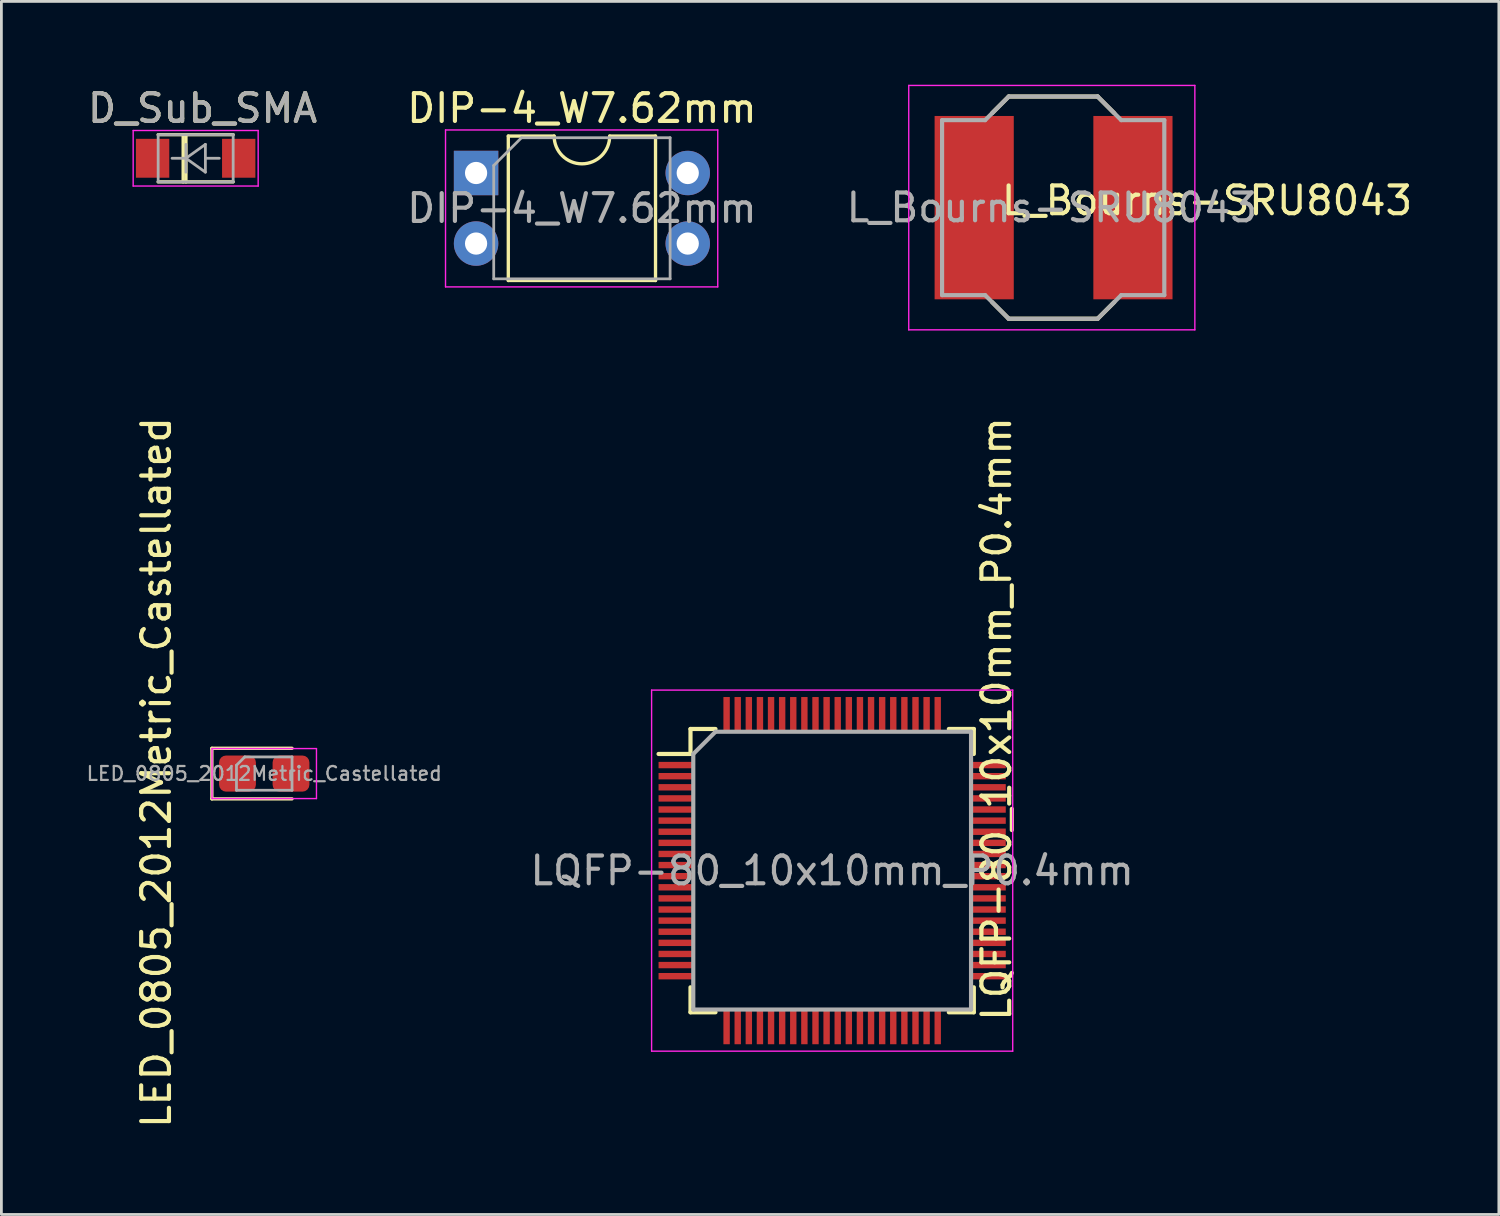
<source format=kicad_pcb>
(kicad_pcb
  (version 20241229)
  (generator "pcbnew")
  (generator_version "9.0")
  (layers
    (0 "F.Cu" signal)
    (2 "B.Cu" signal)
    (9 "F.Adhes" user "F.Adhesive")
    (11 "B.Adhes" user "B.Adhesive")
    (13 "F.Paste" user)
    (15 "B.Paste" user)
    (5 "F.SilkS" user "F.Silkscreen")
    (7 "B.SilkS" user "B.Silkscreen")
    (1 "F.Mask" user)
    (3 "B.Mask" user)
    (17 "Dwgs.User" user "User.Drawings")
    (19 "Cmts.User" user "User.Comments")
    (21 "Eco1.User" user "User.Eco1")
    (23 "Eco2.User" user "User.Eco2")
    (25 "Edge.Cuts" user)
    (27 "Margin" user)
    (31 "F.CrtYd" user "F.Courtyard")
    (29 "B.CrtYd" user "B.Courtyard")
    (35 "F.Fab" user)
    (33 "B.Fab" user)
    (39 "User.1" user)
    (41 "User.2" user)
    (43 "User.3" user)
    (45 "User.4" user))
  (footprint "LED_0805_2012Metric_Castellated"
    (layer "F.Cu")
    (at 6.463 24.799)
    (property "Reference" "LED_0805_2012Metric_Castellated" (at -3.886 -0.038 90) (layer "F.SilkS") (effects (font (size 1 1) (thickness 0.15))))
    (attr smd)
    (fp_line (start -1.885 -0.91) (end -1.885 0.91) (stroke (width 0.12) (type solid)) (layer "F.SilkS"))
    (fp_line (start -1.885 0.91) (end 1 0.91) (stroke (width 0.12) (type solid)) (layer "F.SilkS"))
    (fp_line (start 1 -0.91) (end -1.885 -0.91) (stroke (width 0.12) (type solid)) (layer "F.SilkS"))
    (fp_line (start -1.88 -0.9) (end 1.88 -0.9) (stroke (width 0.05) (type solid)) (layer "F.CrtYd"))
    (fp_line (start -1.88 0.9) (end -1.88 -0.9) (stroke (width 0.05) (type solid)) (layer "F.CrtYd"))
    (fp_line (start 1.88 -0.9) (end 1.88 0.9) (stroke (width 0.05) (type solid)) (layer "F.CrtYd"))
    (fp_line (start 1.88 0.9) (end -1.88 0.9) (stroke (width 0.05) (type solid)) (layer "F.CrtYd"))
    (fp_line (start -1 -0.3) (end -1 0.6) (stroke (width 0.1) (type solid)) (layer "F.Fab"))
    (fp_line (start -1 0.6) (end 1 0.6) (stroke (width 0.1) (type solid)) (layer "F.Fab"))
    (fp_line (start -0.7 -0.6) (end -1 -0.3) (stroke (width 0.1) (type solid)) (layer "F.Fab"))
    (fp_line (start 1 -0.6) (end -0.7 -0.6) (stroke (width 0.1) (type solid)) (layer "F.Fab"))
    (fp_line (start 1 0.6) (end 1 -0.6) (stroke (width 0.1) (type solid)) (layer "F.Fab"))
    (fp_text user "${REFERENCE}" (at 0 0 0) (layer "F.Fab") (effects (font (size 0.5 0.5) (thickness 0.08))))
    (pad "1" smd roundrect (at -0.963 0) (size 1.325 1.3) (layers "F.Cu" "F.Mask" "F.Paste") (roundrect_rratio 0.192))
    (pad "2" smd roundrect (at 0.963 0) (size 1.325 1.3) (layers "F.Cu" "F.Mask" "F.Paste") (roundrect_rratio 0.192)))
  (footprint "D_Sub_SMA"
    (layer "F.Cu")
    (at 4.444 2.648)
    (property "Reference" "D_Sub_SMA" (at -0.2 -1.8 0) (layer "F.SilkS") (effects (font (size 1 1) (thickness 0.15))))
    (attr smd)
    (fp_line (start -1.8 -0.85) (end 0.9 -0.85) (stroke (width 0.12) (type solid)) (layer "F.SilkS"))
    (fp_line (start -1.8 0.85) (end 0.9 0.85) (stroke (width 0.12) (type solid)) (layer "F.SilkS"))
    (fp_line (start -0.9 -0.85) (end -0.9 0.85) (stroke (width 0.12) (type solid)) (layer "F.SilkS"))
    (fp_line (start -0.8 -0.85) (end -0.8 0.85) (stroke (width 0.12) (type solid)) (layer "F.SilkS"))
    (fp_line (start -2.7 -1) (end 1.8 -1) (stroke (width 0.05) (type solid)) (layer "F.CrtYd"))
    (fp_line (start -2.7 1) (end -2.7 -1) (stroke (width 0.05) (type solid)) (layer "F.CrtYd"))
    (fp_line (start -2.7 1) (end 1.8 1) (stroke (width 0.05) (type solid)) (layer "F.CrtYd"))
    (fp_line (start 1.8 1) (end 1.8 -1) (stroke (width 0.05) (type solid)) (layer "F.CrtYd"))
    (fp_line (start -1.8 -0.85) (end 0.9 -0.85) (stroke (width 0.1) (type solid)) (layer "F.Fab"))
    (fp_line (start -1.8 0.85) (end -1.8 -0.85) (stroke (width 0.1) (type solid)) (layer "F.Fab"))
    (fp_line (start -0.8 -0.5) (end -0.8 0.5) (stroke (width 0.1) (type solid)) (layer "F.Fab"))
    (fp_line (start -0.8 0) (end -1.3 0) (stroke (width 0.1) (type solid)) (layer "F.Fab"))
    (fp_line (start -0.8 0) (end -0.1 -0.5) (stroke (width 0.1) (type solid)) (layer "F.Fab"))
    (fp_line (start -0.8 0) (end -0.1 0.5) (stroke (width 0.1) (type solid)) (layer "F.Fab"))
    (fp_line (start -0.1 -0.5) (end -0.1 0.5) (stroke (width 0.1) (type solid)) (layer "F.Fab"))
    (fp_line (start -0.1 0) (end 0.4 0) (stroke (width 0.1) (type solid)) (layer "F.Fab"))
    (fp_line (start 0.9 -0.85) (end 0.9 0.85) (stroke (width 0.1) (type solid)) (layer "F.Fab"))
    (fp_line (start 0.9 0.85) (end -1.8 0.85) (stroke (width 0.1) (type solid)) (layer "F.Fab"))
    (fp_text user "${REFERENCE}" (at -0.2 -1.8 0) (layer "F.Fab") (effects (font (size 1 1) (thickness 0.15))))
    (pad "1" smd rect (at -2 0) (size 1.2 1.4) (layers "F.Cu" "F.Mask" "F.Paste"))
    (pad "2" smd rect (at 1.1 0) (size 1.2 1.4) (layers "F.Cu" "F.Mask" "F.Paste")))
  (footprint "L_Bourns-SRU8043"
    (layer "F.Cu")
    (at 34.815 4.425)
    (property "Reference" "L_Bourns-SRU8043" (at 5.588 -0.254 180) (layer "F.SilkS") (effects (font (size 1 1) (thickness 0.15))))
    (attr smd)
    (fp_line (start -1.55 -4) (end -2.15 -3.4) (stroke (width 0.15) (type solid)) (layer "F.SilkS"))
    (fp_line (start -1.55 -4) (end 1.65 -4) (stroke (width 0.15) (type solid)) (layer "F.SilkS"))
    (fp_line (start -1.55 4) (end -2.15 3.4) (stroke (width 0.15) (type solid)) (layer "F.SilkS"))
    (fp_line (start 1.65 -4) (end 2.25 -3.4) (stroke (width 0.15) (type solid)) (layer "F.SilkS"))
    (fp_line (start 1.65 4) (end -1.55 4) (stroke (width 0.15) (type solid)) (layer "F.SilkS"))
    (fp_line (start 1.65 4) (end 2.25 3.4) (stroke (width 0.15) (type solid)) (layer "F.SilkS"))
    (fp_line (start -5.15 -4.4) (end 5.15 -4.4) (stroke (width 0.05) (type solid)) (layer "F.CrtYd"))
    (fp_line (start -5.15 4.4) (end -5.15 -4.4) (stroke (width 0.05) (type solid)) (layer "F.CrtYd"))
    (fp_line (start 5.15 -4.4) (end 5.15 4.4) (stroke (width 0.05) (type solid)) (layer "F.CrtYd"))
    (fp_line (start 5.15 4.4) (end -5.15 4.4) (stroke (width 0.05) (type solid)) (layer "F.CrtYd"))
    (fp_line (start -3.95 3.15) (end -3.95 -3.15) (stroke (width 0.15) (type solid)) (layer "F.Fab"))
    (fp_line (start -3.95 3.15) (end -2.4 3.15) (stroke (width 0.15) (type solid)) (layer "F.Fab"))
    (fp_line (start -2.4 -3.15) (end -3.95 -3.15) (stroke (width 0.15) (type solid)) (layer "F.Fab"))
    (fp_line (start -1.55 -4) (end -2.4 -3.15) (stroke (width 0.15) (type solid)) (layer "F.Fab"))
    (fp_line (start -1.55 -4) (end 1.65 -4) (stroke (width 0.15) (type solid)) (layer "F.Fab"))
    (fp_line (start -1.55 4) (end -2.4 3.15) (stroke (width 0.15) (type solid)) (layer "F.Fab"))
    (fp_line (start -1.55 4) (end 1.65 4) (stroke (width 0.15) (type solid)) (layer "F.Fab"))
    (fp_line (start 1.65 -4) (end 2.5 -3.15) (stroke (width 0.15) (type solid)) (layer "F.Fab"))
    (fp_line (start 1.65 4) (end 2.5 3.15) (stroke (width 0.15) (type solid)) (layer "F.Fab"))
    (fp_line (start 2.5 3.15) (end 4.05 3.15) (stroke (width 0.15) (type solid)) (layer "F.Fab"))
    (fp_line (start 4.05 -3.15) (end 2.5 -3.15) (stroke (width 0.15) (type solid)) (layer "F.Fab"))
    (fp_line (start 4.05 -3.15) (end 4.05 3.15) (stroke (width 0.15) (type solid)) (layer "F.Fab"))
    (fp_text user "${REFERENCE}" (at 0 0 0) (layer "F.Fab") (effects (font (size 1 1) (thickness 0.15))))
    (pad "1" smd rect (at -2.794 0) (size 2.85 6.6) (layers "F.Cu" "F.Mask" "F.Paste"))
    (pad "2" smd rect (at 2.921 0) (size 2.85 6.6) (layers "F.Cu" "F.Mask" "F.Paste")))
  (footprint "LQFP-80_10x10mm_P0.4mm"
    (layer "F.Cu")
    (at 26.908 28.293)
    (property "Reference" "LQFP-80_10x10mm_P0.4mm" (at 5.918 -5.461 90) (layer "F.SilkS") (effects (font (size 1 1) (thickness 0.15))))
    (attr smd)
    (fp_line (start -6.25 -4.2) (end -5.1 -4.2) (stroke (width 0.15) (type solid)) (layer "F.SilkS"))
    (fp_line (start -5.1 -5.1) (end -4.2 -5.1) (stroke (width 0.15) (type solid)) (layer "F.SilkS"))
    (fp_line (start -5.1 -4.2) (end -5.1 -5.1) (stroke (width 0.15) (type solid)) (layer "F.SilkS"))
    (fp_line (start -5.1 5.1) (end -5.1 4.2) (stroke (width 0.15) (type solid)) (layer "F.SilkS"))
    (fp_line (start -4.2 5.1) (end -5.1 5.1) (stroke (width 0.15) (type solid)) (layer "F.SilkS"))
    (fp_line (start 4.2 -5.1) (end 5.1 -5.1) (stroke (width 0.15) (type solid)) (layer "F.SilkS"))
    (fp_line (start 4.2 5.1) (end 5.1 5.1) (stroke (width 0.15) (type solid)) (layer "F.SilkS"))
    (fp_line (start 5.1 -5.1) (end 5.1 -4.2) (stroke (width 0.15) (type solid)) (layer "F.SilkS"))
    (fp_line (start 5.1 5.1) (end 5.1 4.2) (stroke (width 0.15) (type solid)) (layer "F.SilkS"))
    (fp_line (start -6.5 -6.5) (end 6.5 -6.5) (stroke (width 0.05) (type solid)) (layer "F.CrtYd"))
    (fp_line (start -6.5 6.5) (end -6.5 -6.5) (stroke (width 0.05) (type solid)) (layer "F.CrtYd"))
    (fp_line (start 6.5 -6.5) (end 6.5 6.5) (stroke (width 0.05) (type solid)) (layer "F.CrtYd"))
    (fp_line (start 6.5 6.5) (end -6.5 6.5) (stroke (width 0.05) (type solid)) (layer "F.CrtYd"))
    (fp_line (start -5 -4.2) (end -4.2 -5) (stroke (width 0.15) (type solid)) (layer "F.Fab"))
    (fp_line (start -5 5) (end -5 -4.2) (stroke (width 0.15) (type solid)) (layer "F.Fab"))
    (fp_line (start -4.2 -5) (end 5 -5) (stroke (width 0.15) (type solid)) (layer "F.Fab"))
    (fp_line (start 5 -5) (end 5 5) (stroke (width 0.15) (type solid)) (layer "F.Fab"))
    (fp_line (start 5 5) (end -5 5) (stroke (width 0.15) (type solid)) (layer "F.Fab"))
    (fp_text user "${REFERENCE}" (at 0 0 0) (layer "F.Fab") (effects (font (size 1 1) (thickness 0.15))))
    (pad "1" smd rect (at -5.65 -3.8 90) (size 0.23 1.2) (layers "F.Cu" "F.Mask" "F.Paste"))
    (pad "2" smd rect (at -5.65 -3.4 90) (size 0.23 1.2) (layers "F.Cu" "F.Mask" "F.Paste"))
    (pad "3" smd rect (at -5.65 -3 90) (size 0.23 1.2) (layers "F.Cu" "F.Mask" "F.Paste"))
    (pad "4" smd rect (at -5.65 -2.6 90) (size 0.23 1.2) (layers "F.Cu" "F.Mask" "F.Paste"))
    (pad "5" smd rect (at -5.65 -2.2 90) (size 0.23 1.2) (layers "F.Cu" "F.Mask" "F.Paste"))
    (pad "6" smd rect (at -5.65 -1.8 90) (size 0.23 1.2) (layers "F.Cu" "F.Mask" "F.Paste"))
    (pad "7" smd rect (at -5.65 -1.4 90) (size 0.23 1.2) (layers "F.Cu" "F.Mask" "F.Paste"))
    (pad "8" smd rect (at -5.65 -1 90) (size 0.23 1.2) (layers "F.Cu" "F.Mask" "F.Paste"))
    (pad "9" smd rect (at -5.65 -0.6 90) (size 0.23 1.2) (layers "F.Cu" "F.Mask" "F.Paste"))
    (pad "10" smd rect (at -5.65 -0.2 90) (size 0.23 1.2) (layers "F.Cu" "F.Mask" "F.Paste"))
    (pad "11" smd rect (at -5.65 0.2 90) (size 0.23 1.2) (layers "F.Cu" "F.Mask" "F.Paste"))
    (pad "12" smd rect (at -5.65 0.6 90) (size 0.23 1.2) (layers "F.Cu" "F.Mask" "F.Paste"))
    (pad "13" smd rect (at -5.65 1 90) (size 0.23 1.2) (layers "F.Cu" "F.Mask" "F.Paste"))
    (pad "14" smd rect (at -5.65 1.4 90) (size 0.23 1.2) (layers "F.Cu" "F.Mask" "F.Paste"))
    (pad "15" smd rect (at -5.65 1.8 90) (size 0.23 1.2) (layers "F.Cu" "F.Mask" "F.Paste"))
    (pad "16" smd rect (at -5.65 2.2 90) (size 0.23 1.2) (layers "F.Cu" "F.Mask" "F.Paste"))
    (pad "17" smd rect (at -5.65 2.6 90) (size 0.23 1.2) (layers "F.Cu" "F.Mask" "F.Paste"))
    (pad "18" smd rect (at -5.65 3 90) (size 0.23 1.2) (layers "F.Cu" "F.Mask" "F.Paste"))
    (pad "19" smd rect (at -5.65 3.4 90) (size 0.23 1.2) (layers "F.Cu" "F.Mask" "F.Paste"))
    (pad "20" smd rect (at -5.65 3.8 90) (size 0.23 1.2) (layers "F.Cu" "F.Mask" "F.Paste"))
    (pad "21" smd rect (at -3.8 5.65) (size 0.23 1.2) (layers "F.Cu" "F.Mask" "F.Paste"))
    (pad "22" smd rect (at -3.4 5.65) (size 0.23 1.2) (layers "F.Cu" "F.Mask" "F.Paste"))
    (pad "23" smd rect (at -3 5.65) (size 0.23 1.2) (layers "F.Cu" "F.Mask" "F.Paste"))
    (pad "24" smd rect (at -2.6 5.65) (size 0.23 1.2) (layers "F.Cu" "F.Mask" "F.Paste"))
    (pad "25" smd rect (at -2.2 5.65) (size 0.23 1.2) (layers "F.Cu" "F.Mask" "F.Paste"))
    (pad "26" smd rect (at -1.8 5.65) (size 0.23 1.2) (layers "F.Cu" "F.Mask" "F.Paste"))
    (pad "27" smd rect (at -1.4 5.65) (size 0.23 1.2) (layers "F.Cu" "F.Mask" "F.Paste"))
    (pad "28" smd rect (at -1 5.65) (size 0.23 1.2) (layers "F.Cu" "F.Mask" "F.Paste"))
    (pad "29" smd rect (at -0.6 5.65) (size 0.23 1.2) (layers "F.Cu" "F.Mask" "F.Paste"))
    (pad "30" smd rect (at -0.2 5.65) (size 0.23 1.2) (layers "F.Cu" "F.Mask" "F.Paste"))
    (pad "31" smd rect (at 0.2 5.65) (size 0.23 1.2) (layers "F.Cu" "F.Mask" "F.Paste"))
    (pad "32" smd rect (at 0.6 5.65) (size 0.23 1.2) (layers "F.Cu" "F.Mask" "F.Paste"))
    (pad "33" smd rect (at 1 5.65) (size 0.23 1.2) (layers "F.Cu" "F.Mask" "F.Paste"))
    (pad "34" smd rect (at 1.4 5.65) (size 0.23 1.2) (layers "F.Cu" "F.Mask" "F.Paste"))
    (pad "35" smd rect (at 1.8 5.65) (size 0.23 1.2) (layers "F.Cu" "F.Mask" "F.Paste"))
    (pad "36" smd rect (at 2.2 5.65) (size 0.23 1.2) (layers "F.Cu" "F.Mask" "F.Paste"))
    (pad "37" smd rect (at 2.6 5.65) (size 0.23 1.2) (layers "F.Cu" "F.Mask" "F.Paste"))
    (pad "38" smd rect (at 3 5.65) (size 0.23 1.2) (layers "F.Cu" "F.Mask" "F.Paste"))
    (pad "39" smd rect (at 3.4 5.65) (size 0.23 1.2) (layers "F.Cu" "F.Mask" "F.Paste"))
    (pad "40" smd rect (at 3.8 5.65) (size 0.23 1.2) (layers "F.Cu" "F.Mask" "F.Paste"))
    (pad "41" smd rect (at 5.65 3.8 90) (size 0.23 1.2) (layers "F.Cu" "F.Mask" "F.Paste"))
    (pad "42" smd rect (at 5.65 3.4 90) (size 0.23 1.2) (layers "F.Cu" "F.Mask" "F.Paste"))
    (pad "43" smd rect (at 5.65 3 90) (size 0.23 1.2) (layers "F.Cu" "F.Mask" "F.Paste"))
    (pad "44" smd rect (at 5.65 2.6 90) (size 0.23 1.2) (layers "F.Cu" "F.Mask" "F.Paste"))
    (pad "45" smd rect (at 5.65 2.2 90) (size 0.23 1.2) (layers "F.Cu" "F.Mask" "F.Paste"))
    (pad "46" smd rect (at 5.65 1.8 90) (size 0.23 1.2) (layers "F.Cu" "F.Mask" "F.Paste"))
    (pad "47" smd rect (at 5.65 1.4 90) (size 0.23 1.2) (layers "F.Cu" "F.Mask" "F.Paste"))
    (pad "48" smd rect (at 5.65 1 90) (size 0.23 1.2) (layers "F.Cu" "F.Mask" "F.Paste"))
    (pad "49" smd rect (at 5.65 0.6 90) (size 0.23 1.2) (layers "F.Cu" "F.Mask" "F.Paste"))
    (pad "50" smd rect (at 5.65 0.2 90) (size 0.23 1.2) (layers "F.Cu" "F.Mask" "F.Paste"))
    (pad "51" smd rect (at 5.65 -0.2 90) (size 0.23 1.2) (layers "F.Cu" "F.Mask" "F.Paste"))
    (pad "52" smd rect (at 5.65 -0.6 90) (size 0.23 1.2) (layers "F.Cu" "F.Mask" "F.Paste"))
    (pad "53" smd rect (at 5.65 -1 90) (size 0.23 1.2) (layers "F.Cu" "F.Mask" "F.Paste"))
    (pad "54" smd rect (at 5.65 -1.4 90) (size 0.23 1.2) (layers "F.Cu" "F.Mask" "F.Paste"))
    (pad "55" smd rect (at 5.65 -1.8 90) (size 0.23 1.2) (layers "F.Cu" "F.Mask" "F.Paste"))
    (pad "56" smd rect (at 5.65 -2.2 90) (size 0.23 1.2) (layers "F.Cu" "F.Mask" "F.Paste"))
    (pad "57" smd rect (at 5.65 -2.6 90) (size 0.23 1.2) (layers "F.Cu" "F.Mask" "F.Paste"))
    (pad "58" smd rect (at 5.65 -3 90) (size 0.23 1.2) (layers "F.Cu" "F.Mask" "F.Paste"))
    (pad "59" smd rect (at 5.65 -3.4 90) (size 0.23 1.2) (layers "F.Cu" "F.Mask" "F.Paste"))
    (pad "60" smd rect (at 5.65 -3.8 90) (size 0.23 1.2) (layers "F.Cu" "F.Mask" "F.Paste"))
    (pad "61" smd rect (at 3.8 -5.65) (size 0.23 1.2) (layers "F.Cu" "F.Mask" "F.Paste"))
    (pad "62" smd rect (at 3.4 -5.65) (size 0.23 1.2) (layers "F.Cu" "F.Mask" "F.Paste"))
    (pad "63" smd rect (at 3 -5.65) (size 0.23 1.2) (layers "F.Cu" "F.Mask" "F.Paste"))
    (pad "64" smd rect (at 2.6 -5.65) (size 0.23 1.2) (layers "F.Cu" "F.Mask" "F.Paste"))
    (pad "65" smd rect (at 2.2 -5.65) (size 0.23 1.2) (layers "F.Cu" "F.Mask" "F.Paste"))
    (pad "66" smd rect (at 1.8 -5.65) (size 0.23 1.2) (layers "F.Cu" "F.Mask" "F.Paste"))
    (pad "67" smd rect (at 1.4 -5.65) (size 0.23 1.2) (layers "F.Cu" "F.Mask" "F.Paste"))
    (pad "68" smd rect (at 1 -5.65) (size 0.23 1.2) (layers "F.Cu" "F.Mask" "F.Paste"))
    (pad "69" smd rect (at 0.6 -5.65) (size 0.23 1.2) (layers "F.Cu" "F.Mask" "F.Paste"))
    (pad "70" smd rect (at 0.2 -5.65) (size 0.23 1.2) (layers "F.Cu" "F.Mask" "F.Paste"))
    (pad "71" smd rect (at -0.2 -5.65) (size 0.23 1.2) (layers "F.Cu" "F.Mask" "F.Paste"))
    (pad "72" smd rect (at -0.6 -5.65) (size 0.23 1.2) (layers "F.Cu" "F.Mask" "F.Paste"))
    (pad "73" smd rect (at -1 -5.65) (size 0.23 1.2) (layers "F.Cu" "F.Mask" "F.Paste"))
    (pad "74" smd rect (at -1.4 -5.65) (size 0.23 1.2) (layers "F.Cu" "F.Mask" "F.Paste"))
    (pad "75" smd rect (at -1.8 -5.65) (size 0.23 1.2) (layers "F.Cu" "F.Mask" "F.Paste"))
    (pad "76" smd rect (at -2.2 -5.65) (size 0.23 1.2) (layers "F.Cu" "F.Mask" "F.Paste"))
    (pad "77" smd rect (at -2.6 -5.65) (size 0.23 1.2) (layers "F.Cu" "F.Mask" "F.Paste"))
    (pad "78" smd rect (at -3 -5.65) (size 0.23 1.2) (layers "F.Cu" "F.Mask" "F.Paste"))
    (pad "79" smd rect (at -3.4 -5.65) (size 0.23 1.2) (layers "F.Cu" "F.Mask" "F.Paste"))
    (pad "80" smd rect (at -3.8 -5.65) (size 0.23 1.2) (layers "F.Cu" "F.Mask" "F.Paste")))
  (footprint "DIP-4_W7.62mm"
    (layer "F.Cu")
    (at 14.089 3.178)
    (property "Reference" "DIP-4_W7.62mm" (at 3.81 -2.33 0) (layer "F.SilkS") (effects (font (size 1 1) (thickness 0.15))))
    (attr through_hole)
    (fp_line (start 1.16 -1.33) (end 1.16 3.87) (stroke (width 0.12) (type solid)) (layer "F.SilkS"))
    (fp_line (start 1.16 3.87) (end 6.46 3.87) (stroke (width 0.12) (type solid)) (layer "F.SilkS"))
    (fp_line (start 2.81 -1.33) (end 1.16 -1.33) (stroke (width 0.12) (type solid)) (layer "F.SilkS"))
    (fp_line (start 6.46 -1.33) (end 4.81 -1.33) (stroke (width 0.12) (type solid)) (layer "F.SilkS"))
    (fp_line (start 6.46 3.87) (end 6.46 -1.33) (stroke (width 0.12) (type solid)) (layer "F.SilkS"))
    (fp_arc (start 4.81 -1.33) (mid 3.81 -0.33) (end 2.81 -1.33) (stroke (width 0.12) (type solid)) (layer "F.SilkS"))
    (fp_line (start -1.1 -1.55) (end -1.1 4.1) (stroke (width 0.05) (type solid)) (layer "F.CrtYd"))
    (fp_line (start -1.1 4.1) (end 8.7 4.1) (stroke (width 0.05) (type solid)) (layer "F.CrtYd"))
    (fp_line (start 8.7 -1.55) (end -1.1 -1.55) (stroke (width 0.05) (type solid)) (layer "F.CrtYd"))
    (fp_line (start 8.7 4.1) (end 8.7 -1.55) (stroke (width 0.05) (type solid)) (layer "F.CrtYd"))
    (fp_line (start 0.635 -0.27) (end 1.635 -1.27) (stroke (width 0.1) (type solid)) (layer "F.Fab"))
    (fp_line (start 0.635 3.81) (end 0.635 -0.27) (stroke (width 0.1) (type solid)) (layer "F.Fab"))
    (fp_line (start 1.635 -1.27) (end 6.985 -1.27) (stroke (width 0.1) (type solid)) (layer "F.Fab"))
    (fp_line (start 6.985 -1.27) (end 6.985 3.81) (stroke (width 0.1) (type solid)) (layer "F.Fab"))
    (fp_line (start 6.985 3.81) (end 0.635 3.81) (stroke (width 0.1) (type solid)) (layer "F.Fab"))
    (fp_text user "${REFERENCE}" (at 3.81 1.27 0) (layer "F.Fab") (effects (font (size 1 1) (thickness 0.15))))
    (pad "1" thru_hole rect (at 0 0) (size 1.6 1.6) (drill 0.8) (layers "*.Cu" "*.Mask"))
    (pad "2" thru_hole oval (at 0 2.54) (size 1.6 1.6) (drill 0.8) (layers "*.Cu" "*.Mask"))
    (pad "3" thru_hole oval (at 7.62 2.54) (size 1.6 1.6) (drill 0.8) (layers "*.Cu" "*.Mask"))
    (pad "4" thru_hole oval (at 7.62 0) (size 1.6 1.6) (drill 0.8) (layers "*.Cu" "*.Mask")))
  (gr_rect
    (start -3 -3)
    (end 50.909 40.671)
    (stroke (width 0.1) (type default))
    (fill no)
    (layer "Edge.Cuts")))
</source>
